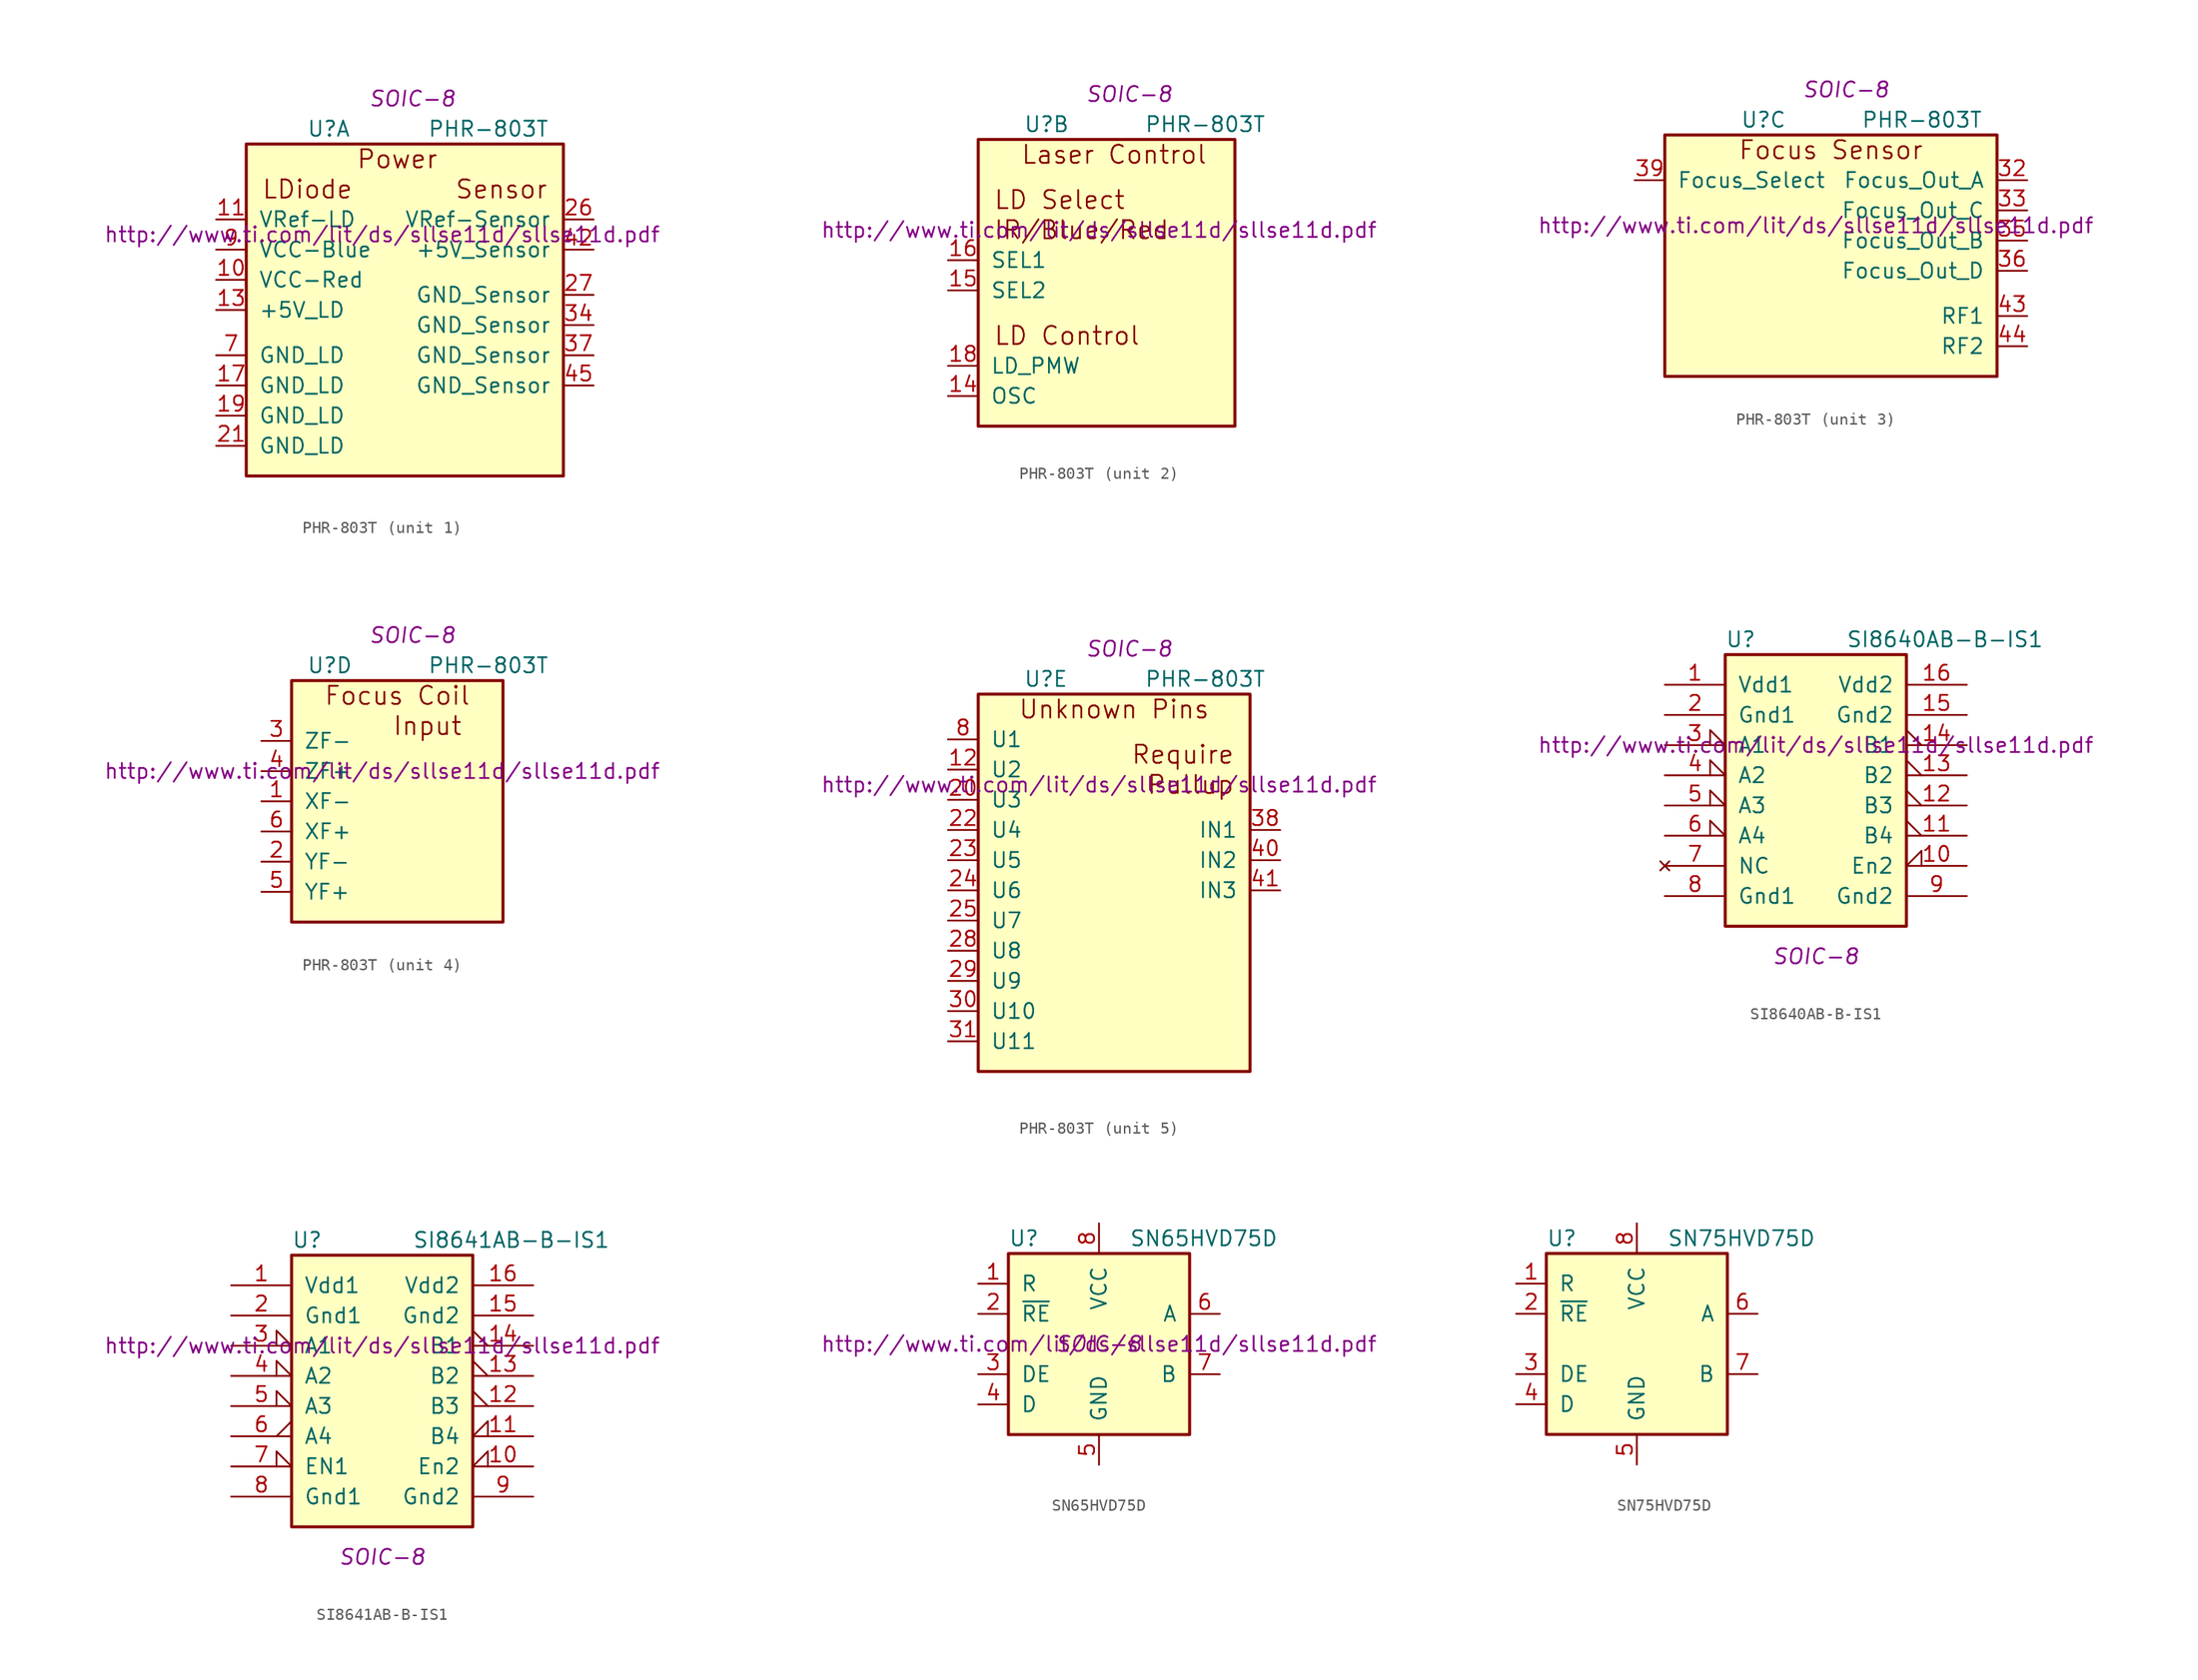
<source format=kicad_sym>
(kicad_symbol_lib
  (version 20220914)
  (generator kicad_symbol_editor)
  (symbol "PHR-803T"
    (pin_names
      (offset 1.016))
    (property "Reference" "U"
      (at -7.62 8.89 0)
      (effects (font (size 1.27 1.27)) (justify left)))
    (property "Value" "PHR-803T"
      (at 2.54 8.89 0)
      (effects (font (size 1.27 1.27)) (justify left)))
    (property "Footprint" "SOIC-8"
      (at 1.27 11.43 0)
      (effects (font (size 1.27 1.27) italic)))
    (property "Datasheet" "http://www.ti.com/lit/ds/sllse11d/sllse11d.pdf"
      (at -1.27 0 0)
      (effects (font (size 1.27 1.27))))
    (property "ki_locked" ""
      (at 0 0 0)
      (effects (font (size 1.27 1.27))))
    (symbol "PHR-803T_1_0"
      (text "LDiode" (at -11.43 3.81 0) (effects (font (size 1.524 1.524)) (justify left)))
      (text "Power" (at 0 6.35 0) (effects (font (size 1.524 1.524))))
      (text "Sensor" (at 12.7 3.81 0) (effects (font (size 1.524 1.524)) (justify right))))
    (symbol "PHR-803T_1_1"
      (rectangle (start -12.7 7.62) (end 13.97 -20.32) (stroke (width 0.254) (type solid)) (fill (type background)))
      (pin input line (at -15.24 -3.81 0) (length 2.54) (name "VCC-Red" (effects (font (size 1.27 1.27)))) (number "10" (effects (font (size 1.27 1.27)))))
      (pin input line (at -15.24 1.27 0) (length 2.54) (name "VRef-LD" (effects (font (size 1.27 1.27)))) (number "11" (effects (font (size 1.27 1.27)))))
      (pin power_in line (at -15.24 -6.35 0) (length 2.54) (name "+5V_LD" (effects (font (size 1.27 1.27)))) (number "13" (effects (font (size 1.27 1.27)))))
      (pin power_in line (at -15.24 -12.7 0) (length 2.54) (name "GND_LD" (effects (font (size 1.27 1.27)))) (number "17" (effects (font (size 1.27 1.27)))))
      (pin power_in line (at -15.24 -15.24 0) (length 2.54) (name "GND_LD" (effects (font (size 1.27 1.27)))) (number "19" (effects (font (size 1.27 1.27)))))
      (pin power_in line (at -15.24 -17.78 0) (length 2.54) (name "GND_LD" (effects (font (size 1.27 1.27)))) (number "21" (effects (font (size 1.27 1.27)))))
      (pin input line (at 16.51 1.27 180) (length 2.54) (name "VRef-Sensor" (effects (font (size 1.27 1.27)))) (number "26" (effects (font (size 1.27 1.27)))))
      (pin power_in line (at 16.51 -5.08 180) (length 2.54) (name "GND_Sensor" (effects (font (size 1.27 1.27)))) (number "27" (effects (font (size 1.27 1.27)))))
      (pin power_in line (at 16.51 -7.62 180) (length 2.54) (name "GND_Sensor" (effects (font (size 1.27 1.27)))) (number "34" (effects (font (size 1.27 1.27)))))
      (pin power_in line (at 16.51 -10.16 180) (length 2.54) (name "GND_Sensor" (effects (font (size 1.27 1.27)))) (number "37" (effects (font (size 1.27 1.27)))))
      (pin power_in line (at 16.51 -1.27 180) (length 2.54) (name "+5V_Sensor" (effects (font (size 1.27 1.27)))) (number "42" (effects (font (size 1.27 1.27)))))
      (pin power_in line (at 16.51 -12.7 180) (length 2.54) (name "GND_Sensor" (effects (font (size 1.27 1.27)))) (number "45" (effects (font (size 1.27 1.27)))))
      (pin power_in line (at -15.24 -10.16 0) (length 2.54) (name "GND_LD" (effects (font (size 1.27 1.27)))) (number "7" (effects (font (size 1.27 1.27)))))
      (pin power_in line (at -15.24 -1.27 0) (length 2.54) (name "VCC-Blue" (effects (font (size 1.27 1.27)))) (number "9" (effects (font (size 1.27 1.27))))))
    (symbol "PHR-803T_2_0"
      (rectangle (start -11.43 7.62) (end 10.16 -16.51) (stroke (width 0.254) (type solid)) (fill (type background)))
      (text "IR/Blue/Red" (at -10.16 0 0) (effects (font (size 1.524 1.524)) (justify left)))
      (text "Laser Control" (at 0 6.35 0) (effects (font (size 1.524 1.524))))
      (text "LD Control" (at -10.16 -8.89 0) (effects (font (size 1.524 1.524)) (justify left)))
      (text "LD Select" (at -10.16 2.54 0) (effects (font (size 1.524 1.524)) (justify left))))
    (symbol "PHR-803T_2_1"
      (pin input line (at -13.97 -13.97 0) (length 2.54) (name "OSC" (effects (font (size 1.27 1.27)))) (number "14" (effects (font (size 1.27 1.27)))))
      (pin input line (at -13.97 -5.08 0) (length 2.54) (name "SEL2" (effects (font (size 1.27 1.27)))) (number "15" (effects (font (size 1.27 1.27)))))
      (pin input line (at -13.97 -2.54 0) (length 2.54) (name "SEL1" (effects (font (size 1.27 1.27)))) (number "16" (effects (font (size 1.27 1.27)))))
      (pin input line (at -13.97 -11.43 0) (length 2.54) (name "LD_PMW" (effects (font (size 1.27 1.27)))) (number "18" (effects (font (size 1.27 1.27))))))
    (symbol "PHR-803T_3_0"
      (rectangle (start -13.97 7.62) (end 13.97 -12.7) (stroke (width 0.254) (type solid)) (fill (type background)))
      (text "Focus Sensor" (at 0 6.35 0) (effects (font (size 1.524 1.524)))))
    (symbol "PHR-803T_3_1"
      (pin output line (at 16.51 3.81 180) (length 2.54) (name "Focus_Out_A" (effects (font (size 1.27 1.27)))) (number "32" (effects (font (size 1.27 1.27)))))
      (pin output line (at 16.51 1.27 180) (length 2.54) (name "Focus_Out_C" (effects (font (size 1.27 1.27)))) (number "33" (effects (font (size 1.27 1.27)))))
      (pin output line (at 16.51 -1.27 180) (length 2.54) (name "Focus_Out_B" (effects (font (size 1.27 1.27)))) (number "35" (effects (font (size 1.27 1.27)))))
      (pin output line (at 16.51 -3.81 180) (length 2.54) (name "Focus_Out_D" (effects (font (size 1.27 1.27)))) (number "36" (effects (font (size 1.27 1.27)))))
      (pin input line (at -16.51 3.81 0) (length 2.54) (name "Focus_Select" (effects (font (size 1.27 1.27)))) (number "39" (effects (font (size 1.27 1.27)))))
      (pin input line (at 16.51 -7.62 180) (length 2.54) (name "RF1" (effects (font (size 1.27 1.27)))) (number "43" (effects (font (size 1.27 1.27)))))
      (pin input line (at 16.51 -10.16 180) (length 2.54) (name "RF2" (effects (font (size 1.27 1.27)))) (number "44" (effects (font (size 1.27 1.27))))))
    (symbol "PHR-803T_4_0"
      (rectangle (start -8.89 7.62) (end 8.89 -12.7) (stroke (width 0.254) (type solid)) (fill (type background)))
      (text "Focus Coil" (at 0 6.35 0) (effects (font (size 1.524 1.524))))
      (text "Input" (at 2.54 3.81 0) (effects (font (size 1.524 1.524)))))
    (symbol "PHR-803T_4_1"
      (pin input line (at -11.43 -2.54 0) (length 2.54) (name "XF-" (effects (font (size 1.27 1.27)))) (number "1" (effects (font (size 1.27 1.27)))))
      (pin input line (at -11.43 -7.62 0) (length 2.54) (name "YF-" (effects (font (size 1.27 1.27)))) (number "2" (effects (font (size 1.27 1.27)))))
      (pin input line (at -11.43 2.54 0) (length 2.54) (name "ZF-" (effects (font (size 1.27 1.27)))) (number "3" (effects (font (size 1.27 1.27)))))
      (pin input line (at -11.43 0 0) (length 2.54) (name "ZF+" (effects (font (size 1.27 1.27)))) (number "4" (effects (font (size 1.27 1.27)))))
      (pin input line (at -11.43 -10.16 0) (length 2.54) (name "YF+" (effects (font (size 1.27 1.27)))) (number "5" (effects (font (size 1.27 1.27)))))
      (pin input line (at -11.43 -5.08 0) (length 2.54) (name "XF+" (effects (font (size 1.27 1.27)))) (number "6" (effects (font (size 1.27 1.27))))))
    (symbol "PHR-803T_5_0"
      (rectangle (start -11.43 7.62) (end 11.43 -24.13) (stroke (width 0.254) (type solid)) (fill (type background)))
      (text "Pullup" (at 10.16 0 0) (effects (font (size 1.524 1.524)) (justify right)))
      (text "Require" (at 10.16 2.54 0) (effects (font (size 1.524 1.524)) (justify right)))
      (text "Unknown Pins" (at 0 6.35 0) (effects (font (size 1.524 1.524)))))
    (symbol "PHR-803T_5_1"
      (pin passive line (at -13.97 1.27 0) (length 2.54) (name "U2" (effects (font (size 1.27 1.27)))) (number "12" (effects (font (size 1.27 1.27)))))
      (pin passive line (at -13.97 -1.27 0) (length 2.54) (name "U3" (effects (font (size 1.27 1.27)))) (number "20" (effects (font (size 1.27 1.27)))))
      (pin passive line (at -13.97 -3.81 0) (length 2.54) (name "U4" (effects (font (size 1.27 1.27)))) (number "22" (effects (font (size 1.27 1.27)))))
      (pin passive line (at -13.97 -6.35 0) (length 2.54) (name "U5" (effects (font (size 1.27 1.27)))) (number "23" (effects (font (size 1.27 1.27)))))
      (pin passive line (at -13.97 -8.89 0) (length 2.54) (name "U6" (effects (font (size 1.27 1.27)))) (number "24" (effects (font (size 1.27 1.27)))))
      (pin passive line (at -13.97 -11.43 0) (length 2.54) (name "U7" (effects (font (size 1.27 1.27)))) (number "25" (effects (font (size 1.27 1.27)))))
      (pin passive line (at -13.97 -13.97 0) (length 2.54) (name "U8" (effects (font (size 1.27 1.27)))) (number "28" (effects (font (size 1.27 1.27)))))
      (pin passive line (at -13.97 -16.51 0) (length 2.54) (name "U9" (effects (font (size 1.27 1.27)))) (number "29" (effects (font (size 1.27 1.27)))))
      (pin passive line (at -13.97 -19.05 0) (length 2.54) (name "U10" (effects (font (size 1.27 1.27)))) (number "30" (effects (font (size 1.27 1.27)))))
      (pin passive line (at -13.97 -21.59 0) (length 2.54) (name "U11" (effects (font (size 1.27 1.27)))) (number "31" (effects (font (size 1.27 1.27)))))
      (pin input line (at 13.97 -3.81 180) (length 2.54) (name "IN1" (effects (font (size 1.27 1.27)))) (number "38" (effects (font (size 1.27 1.27)))))
      (pin input line (at 13.97 -6.35 180) (length 2.54) (name "IN2" (effects (font (size 1.27 1.27)))) (number "40" (effects (font (size 1.27 1.27)))))
      (pin input line (at 13.97 -8.89 180) (length 2.54) (name "IN3" (effects (font (size 1.27 1.27)))) (number "41" (effects (font (size 1.27 1.27)))))
      (pin passive line (at -13.97 3.81 0) (length 2.54) (name "U1" (effects (font (size 1.27 1.27)))) (number "8" (effects (font (size 1.27 1.27)))))))
  (symbol "SI8640AB-B-IS1"
    (pin_names
      (offset 1.016))
    (property "Reference" "U"
      (at -7.62 8.89 0)
      (effects (font (size 1.27 1.27)) (justify left)))
    (property "Value" "SI8640AB-B-IS1"
      (at 2.54 8.89 0)
      (effects (font (size 1.27 1.27)) (justify left)))
    (property "Footprint" "SOIC-8"
      (at 0 -17.78 0)
      (effects (font (size 1.27 1.27) italic)))
    (property "Datasheet" "http://www.ti.com/lit/ds/sllse11d/sllse11d.pdf"
      (at 0 0 0)
      (effects (font (size 1.27 1.27))))
    (symbol "SI8640AB-B-IS1_0_1"
      (rectangle (start -7.62 7.62) (end 7.62 -15.24) (stroke (width 0.254) (type solid)) (fill (type background))))
    (symbol "SI8640AB-B-IS1_1_1"
      (pin power_in line (at -12.7 5.08 0) (length 5.08) (name "Vdd1" (effects (font (size 1.27 1.27)))) (number "1" (effects (font (size 1.27 1.27)))))
      (pin input input_low (at 12.7 -10.16 180) (length 5.08) (name "En2" (effects (font (size 1.27 1.27)))) (number "10" (effects (font (size 1.27 1.27)))))
      (pin output output_low (at 12.7 -7.62 180) (length 5.08) (name "B4" (effects (font (size 1.27 1.27)))) (number "11" (effects (font (size 1.27 1.27)))))
      (pin input output_low (at 12.7 -5.08 180) (length 5.08) (name "B3" (effects (font (size 1.27 1.27)))) (number "12" (effects (font (size 1.27 1.27)))))
      (pin input output_low (at 12.7 -2.54 180) (length 5.08) (name "B2" (effects (font (size 1.27 1.27)))) (number "13" (effects (font (size 1.27 1.27)))))
      (pin input output_low (at 12.7 0 180) (length 5.08) (name "B1" (effects (font (size 1.27 1.27)))) (number "14" (effects (font (size 1.27 1.27)))))
      (pin power_in line (at 12.7 2.54 180) (length 5.08) (name "Gnd2" (effects (font (size 1.27 1.27)))) (number "15" (effects (font (size 1.27 1.27)))))
      (pin power_in line (at 12.7 5.08 180) (length 5.08) (name "Vdd2" (effects (font (size 1.27 1.27)))) (number "16" (effects (font (size 1.27 1.27)))))
      (pin power_in line (at -12.7 2.54 0) (length 5.08) (name "Gnd1" (effects (font (size 1.27 1.27)))) (number "2" (effects (font (size 1.27 1.27)))))
      (pin input input_low (at -12.7 0 0) (length 5.08) (name "A1" (effects (font (size 1.27 1.27)))) (number "3" (effects (font (size 1.27 1.27)))))
      (pin input input_low (at -12.7 -2.54 0) (length 5.08) (name "A2" (effects (font (size 1.27 1.27)))) (number "4" (effects (font (size 1.27 1.27)))))
      (pin input input_low (at -12.7 -5.08 0) (length 5.08) (name "A3" (effects (font (size 1.27 1.27)))) (number "5" (effects (font (size 1.27 1.27)))))
      (pin output input_low (at -12.7 -7.62 0) (length 5.08) (name "A4" (effects (font (size 1.27 1.27)))) (number "6" (effects (font (size 1.27 1.27)))))
      (pin no_connect line (at -12.7 -10.16 0) (length 5.08) (name "NC" (effects (font (size 1.27 1.27)))) (number "7" (effects (font (size 1.27 1.27)))))
      (pin power_in line (at -12.7 -12.7 0) (length 5.08) (name "Gnd1" (effects (font (size 1.27 1.27)))) (number "8" (effects (font (size 1.27 1.27)))))
      (pin power_in line (at 12.7 -12.7 180) (length 5.08) (name "Gnd2" (effects (font (size 1.27 1.27)))) (number "9" (effects (font (size 1.27 1.27)))))))
  (symbol "SI8641AB-B-IS1"
    (pin_names
      (offset 1.016))
    (property "Reference" "U"
      (at -7.62 8.89 0)
      (effects (font (size 1.27 1.27)) (justify left)))
    (property "Value" "SI8641AB-B-IS1"
      (at 2.54 8.89 0)
      (effects (font (size 1.27 1.27)) (justify left)))
    (property "Footprint" "SOIC-8"
      (at 0 -17.78 0)
      (effects (font (size 1.27 1.27) italic)))
    (property "Datasheet" "http://www.ti.com/lit/ds/sllse11d/sllse11d.pdf"
      (at 0 0 0)
      (effects (font (size 1.27 1.27))))
    (symbol "SI8641AB-B-IS1_0_1"
      (rectangle (start -7.62 7.62) (end 7.62 -15.24) (stroke (width 0.254) (type solid)) (fill (type background))))
    (symbol "SI8641AB-B-IS1_1_1"
      (pin power_in line (at -12.7 5.08 0) (length 5.08) (name "Vdd1" (effects (font (size 1.27 1.27)))) (number "1" (effects (font (size 1.27 1.27)))))
      (pin input input_low (at 12.7 -10.16 180) (length 5.08) (name "En2" (effects (font (size 1.27 1.27)))) (number "10" (effects (font (size 1.27 1.27)))))
      (pin input input_low (at 12.7 -7.62 180) (length 5.08) (name "B4" (effects (font (size 1.27 1.27)))) (number "11" (effects (font (size 1.27 1.27)))))
      (pin output output_low (at 12.7 -5.08 180) (length 5.08) (name "B3" (effects (font (size 1.27 1.27)))) (number "12" (effects (font (size 1.27 1.27)))))
      (pin output output_low (at 12.7 -2.54 180) (length 5.08) (name "B2" (effects (font (size 1.27 1.27)))) (number "13" (effects (font (size 1.27 1.27)))))
      (pin output output_low (at 12.7 0 180) (length 5.08) (name "B1" (effects (font (size 1.27 1.27)))) (number "14" (effects (font (size 1.27 1.27)))))
      (pin power_in line (at 12.7 2.54 180) (length 5.08) (name "Gnd2" (effects (font (size 1.27 1.27)))) (number "15" (effects (font (size 1.27 1.27)))))
      (pin power_in line (at 12.7 5.08 180) (length 5.08) (name "Vdd2" (effects (font (size 1.27 1.27)))) (number "16" (effects (font (size 1.27 1.27)))))
      (pin power_in line (at -12.7 2.54 0) (length 5.08) (name "Gnd1" (effects (font (size 1.27 1.27)))) (number "2" (effects (font (size 1.27 1.27)))))
      (pin input input_low (at -12.7 0 0) (length 5.08) (name "A1" (effects (font (size 1.27 1.27)))) (number "3" (effects (font (size 1.27 1.27)))))
      (pin input input_low (at -12.7 -2.54 0) (length 5.08) (name "A2" (effects (font (size 1.27 1.27)))) (number "4" (effects (font (size 1.27 1.27)))))
      (pin input input_low (at -12.7 -5.08 0) (length 5.08) (name "A3" (effects (font (size 1.27 1.27)))) (number "5" (effects (font (size 1.27 1.27)))))
      (pin output output_low (at -12.7 -7.62 0) (length 5.08) (name "A4" (effects (font (size 1.27 1.27)))) (number "6" (effects (font (size 1.27 1.27)))))
      (pin input input_low (at -12.7 -10.16 0) (length 5.08) (name "EN1" (effects (font (size 1.27 1.27)))) (number "7" (effects (font (size 1.27 1.27)))))
      (pin power_in line (at -12.7 -12.7 0) (length 5.08) (name "Gnd1" (effects (font (size 1.27 1.27)))) (number "8" (effects (font (size 1.27 1.27)))))
      (pin power_in line (at 12.7 -12.7 180) (length 5.08) (name "Gnd2" (effects (font (size 1.27 1.27)))) (number "9" (effects (font (size 1.27 1.27)))))))
  (symbol "SN65HVD75D"
    (pin_names
      (offset 1.016))
    (property "Reference" "U"
      (at -7.62 8.89 0)
      (effects (font (size 1.27 1.27)) (justify left)))
    (property "Value" "SN65HVD75D"
      (at 2.54 8.89 0)
      (effects (font (size 1.27 1.27)) (justify left)))
    (property "Footprint" "SOIC-8"
      (at 0 0 0)
      (effects (font (size 1.27 1.27) italic)))
    (property "Datasheet" "http://www.ti.com/lit/ds/sllse11d/sllse11d.pdf"
      (at 0 0 0)
      (effects (font (size 1.27 1.27))))
    (symbol "SN65HVD75D_0_1"
      (rectangle (start -7.62 7.62) (end 7.62 -7.62) (stroke (width 0.254) (type solid)) (fill (type background))))
    (symbol "SN65HVD75D_1_1"
      (pin output line (at -10.16 5.08 0) (length 2.54) (name "R" (effects (font (size 1.27 1.27)))) (number "1" (effects (font (size 1.27 1.27)))))
      (pin input line (at -10.16 2.54 0) (length 2.54) (name "~{RE}" (effects (font (size 1.27 1.27)))) (number "2" (effects (font (size 1.27 1.27)))))
      (pin input line (at -10.16 -2.54 0) (length 2.54) (name "DE" (effects (font (size 1.27 1.27)))) (number "3" (effects (font (size 1.27 1.27)))))
      (pin input line (at -10.16 -5.08 0) (length 2.54) (name "D" (effects (font (size 1.27 1.27)))) (number "4" (effects (font (size 1.27 1.27)))))
      (pin power_in line (at 0 -10.16 90) (length 2.54) (name "GND" (effects (font (size 1.27 1.27)))) (number "5" (effects (font (size 1.27 1.27)))))
      (pin bidirectional line (at 10.16 2.54 180) (length 2.54) (name "A" (effects (font (size 1.27 1.27)))) (number "6" (effects (font (size 1.27 1.27)))))
      (pin bidirectional line (at 10.16 -2.54 180) (length 2.54) (name "B" (effects (font (size 1.27 1.27)))) (number "7" (effects (font (size 1.27 1.27)))))
      (pin power_in line (at 0 10.16 270) (length 2.54) (name "VCC" (effects (font (size 1.27 1.27)))) (number "8" (effects (font (size 1.27 1.27)))))))
  (symbol "SN75HVD75D"
    (pin_names
      (offset 1.016))
    (property "Reference" "U"
      (at -7.62 8.89 0)
      (effects (font (size 1.27 1.27)) (justify left)))
    (property "Value" "SN75HVD75D"
      (at 2.54 8.89 0)
      (effects (font (size 1.27 1.27)) (justify left)))
    (symbol "SN75HVD75D_0_1"
      (rectangle (start -7.62 7.62) (end 7.62 -7.62) (stroke (width 0.254) (type solid)) (fill (type background))))
    (symbol "SN75HVD75D_1_1"
      (pin output line (at -10.16 5.08 0) (length 2.54) (name "R" (effects (font (size 1.27 1.27)))) (number "1" (effects (font (size 1.27 1.27)))))
      (pin input line (at -10.16 2.54 0) (length 2.54) (name "~{RE}" (effects (font (size 1.27 1.27)))) (number "2" (effects (font (size 1.27 1.27)))))
      (pin input line (at -10.16 -2.54 0) (length 2.54) (name "DE" (effects (font (size 1.27 1.27)))) (number "3" (effects (font (size 1.27 1.27)))))
      (pin input line (at -10.16 -5.08 0) (length 2.54) (name "D" (effects (font (size 1.27 1.27)))) (number "4" (effects (font (size 1.27 1.27)))))
      (pin power_in line (at 0 -10.16 90) (length 2.54) (name "GND" (effects (font (size 1.27 1.27)))) (number "5" (effects (font (size 1.27 1.27)))))
      (pin bidirectional line (at 10.16 2.54 180) (length 2.54) (name "A" (effects (font (size 1.27 1.27)))) (number "6" (effects (font (size 1.27 1.27)))))
      (pin bidirectional line (at 10.16 -2.54 180) (length 2.54) (name "B" (effects (font (size 1.27 1.27)))) (number "7" (effects (font (size 1.27 1.27)))))
      (pin power_in line (at 0 10.16 270) (length 2.54) (name "VCC" (effects (font (size 1.27 1.27)))) (number "8" (effects (font (size 1.27 1.27))))))))
</source>
